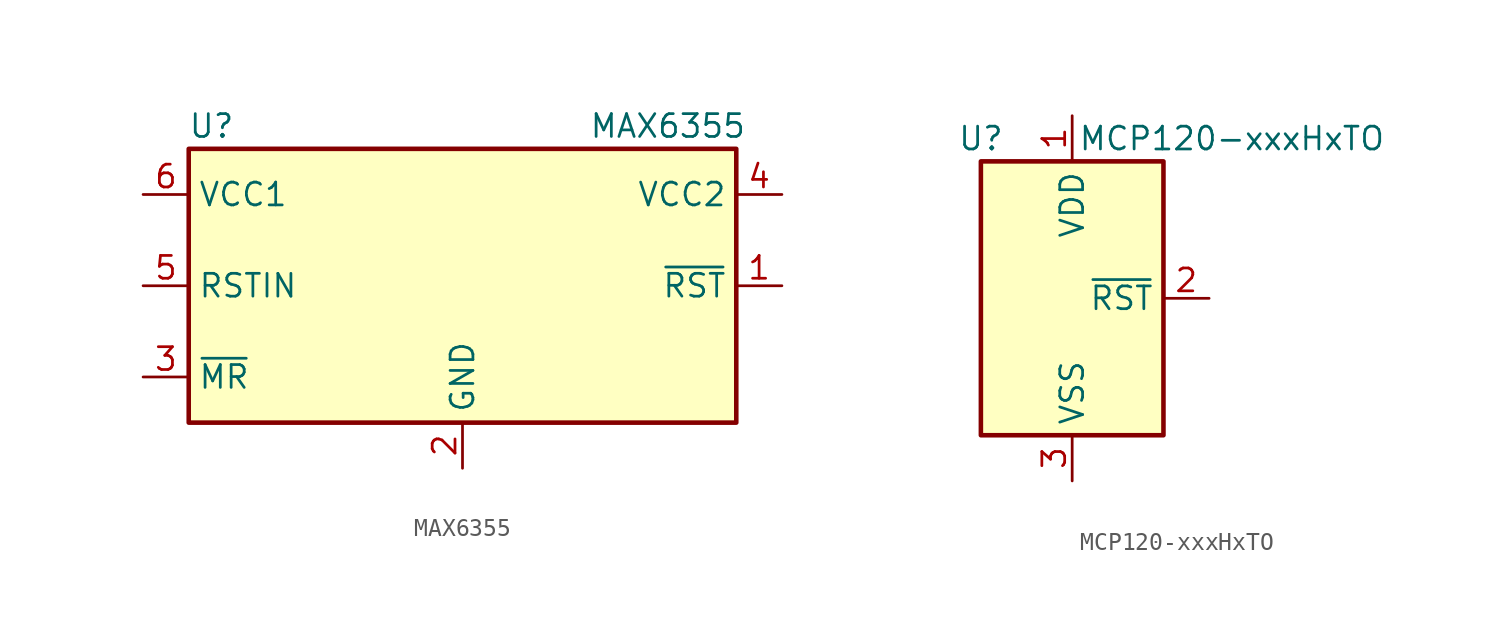
<source format=kicad_sym>
(kicad_symbol_lib
  (version 20220914)
  (generator kicad_symbol_editor)
  (symbol "MAX6355"
    (property "Reference" "U"
      (at -13.97 8.89 0)
      (effects (font (size 1.27 1.27))))
    (property "Value" "MAX6355"
      (at 11.43 8.89 0)
      (effects (font (size 1.27 1.27))))
    (symbol "MAX6355_0_1"
      (rectangle (start -15.24 7.62) (end 15.24 -7.62) (stroke (width 0.254) (type default)) (fill (type background))))
    (symbol "MAX6355_1_1"
      (pin open_collector line (at 17.78 0 180) (length 2.54) (name "~{RST}" (effects (font (size 1.27 1.27)))) (number "1" (effects (font (size 1.27 1.27)))))
      (pin power_in line (at 0 -10.16 90) (length 2.54) (name "GND" (effects (font (size 1.27 1.27)))) (number "2" (effects (font (size 1.27 1.27)))))
      (pin input line (at -17.78 -5.08 0) (length 2.54) (name "~{MR}" (effects (font (size 1.27 1.27)))) (number "3" (effects (font (size 1.27 1.27)))))
      (pin power_in line (at 17.78 5.08 180) (length 2.54) (name "VCC2" (effects (font (size 1.27 1.27)))) (number "4" (effects (font (size 1.27 1.27)))))
      (pin input line (at -17.78 0 0) (length 2.54) (name "RSTIN" (effects (font (size 1.27 1.27)))) (number "5" (effects (font (size 1.27 1.27)))))
      (pin power_in line (at -17.78 5.08 0) (length 2.54) (name "VCC1" (effects (font (size 1.27 1.27)))) (number "6" (effects (font (size 1.27 1.27)))))))
  (symbol "MCP120-xxxHxTO"
    (property "Reference" "U"
      (at -5.08 8.89 0)
      (effects (font (size 1.27 1.27))))
    (property "Value" "MCP120-xxxHxTO"
      (at 8.89 8.89 0)
      (effects (font (size 1.27 1.27))))
    (symbol "MCP120-xxxHxTO_0_1"
      (rectangle (start 5.08 7.62) (end -5.08 -7.62) (stroke (width 0.254) (type default)) (fill (type background))))
    (symbol "MCP120-xxxHxTO_1_1"
      (pin power_in line (at 0 10.16 270) (length 2.54) (name "VDD" (effects (font (size 1.27 1.27)))) (number "1" (effects (font (size 1.27 1.27)))))
      (pin open_collector line (at 7.62 0 180) (length 2.54) (name "~{RST}" (effects (font (size 1.27 1.27)))) (number "2" (effects (font (size 1.27 1.27)))))
      (pin power_in line (at 0 -10.16 90) (length 2.54) (name "VSS" (effects (font (size 1.27 1.27)))) (number "3" (effects (font (size 1.27 1.27))))))))
</source>
